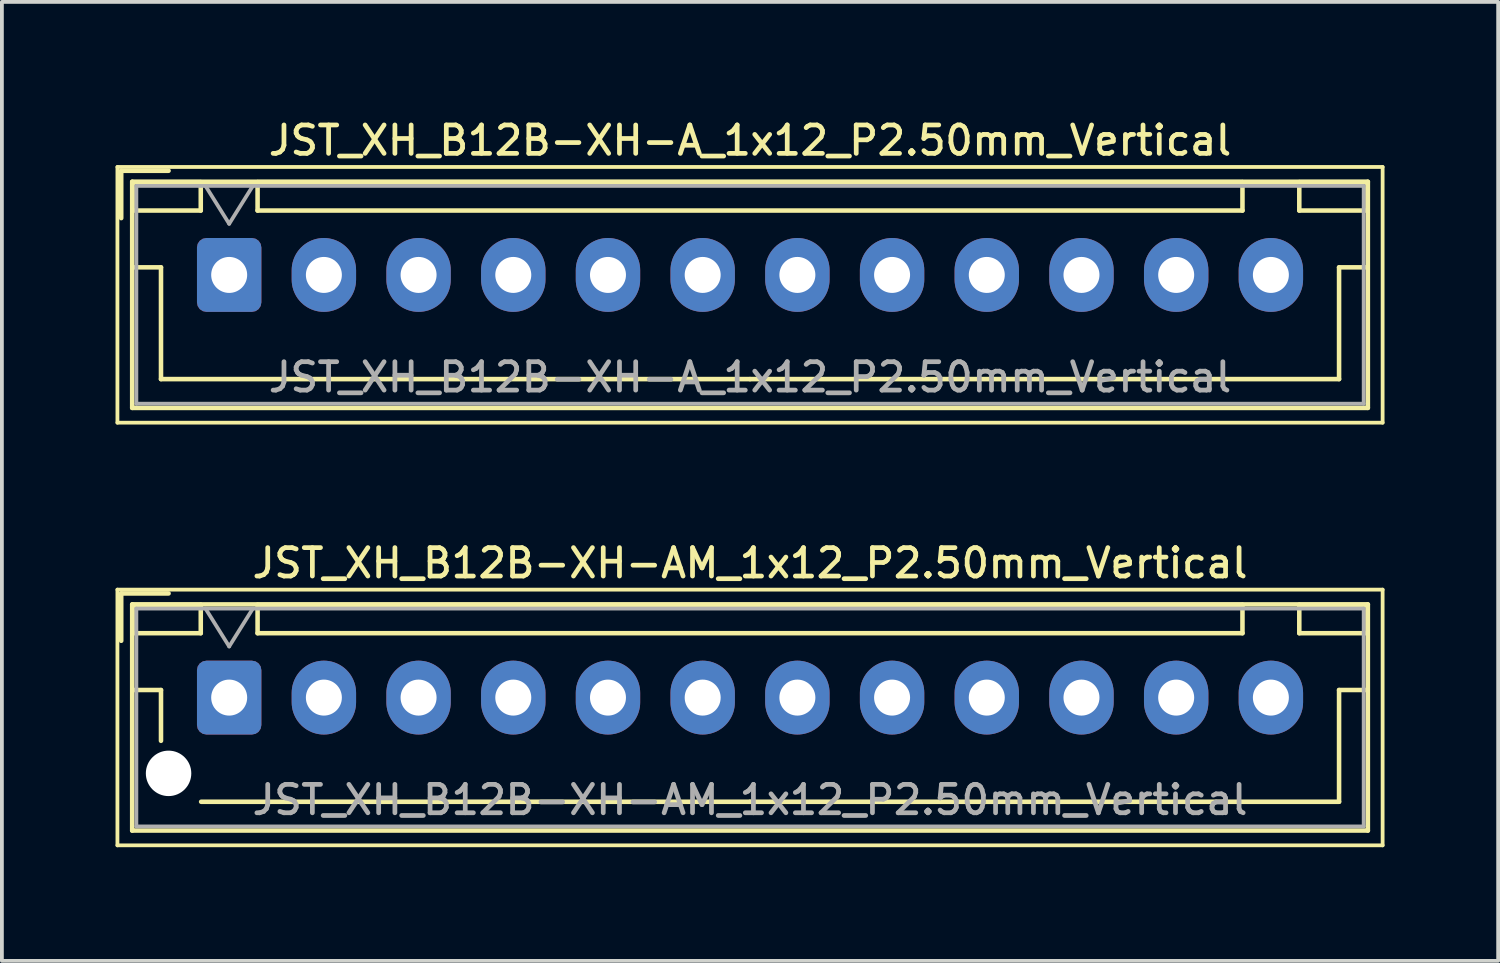
<source format=kicad_pcb>
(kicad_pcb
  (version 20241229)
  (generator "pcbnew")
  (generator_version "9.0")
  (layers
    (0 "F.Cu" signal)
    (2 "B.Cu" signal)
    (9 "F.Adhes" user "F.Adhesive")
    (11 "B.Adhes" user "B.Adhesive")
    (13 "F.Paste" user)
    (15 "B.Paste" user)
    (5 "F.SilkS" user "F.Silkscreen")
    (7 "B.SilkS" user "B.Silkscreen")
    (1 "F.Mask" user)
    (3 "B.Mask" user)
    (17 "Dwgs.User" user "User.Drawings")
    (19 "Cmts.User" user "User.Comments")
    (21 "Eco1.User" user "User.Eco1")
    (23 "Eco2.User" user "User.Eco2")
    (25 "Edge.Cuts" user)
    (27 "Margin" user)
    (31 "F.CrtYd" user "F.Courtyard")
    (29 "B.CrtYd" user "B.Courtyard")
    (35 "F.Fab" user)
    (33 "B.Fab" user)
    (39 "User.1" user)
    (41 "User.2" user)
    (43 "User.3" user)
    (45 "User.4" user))
  (footprint "JST_XH_B12B-XH-AM_1x12_P2.50mm_Vertical"
    (layer "F.Cu")
    (at 3 15.366)
    (property "Reference" "JST_XH_B12B-XH-AM_1x12_P2.50mm_Vertical" (at 13.75 -3.55 0) (layer "F.SilkS") (effects (font (size 0.75 0.75) (thickness 0.125))))
    (attr through_hole)
    (fp_line (start -2.95 -2.85) (end -2.95 3.9) (stroke (width 0.1) (type solid)) (layer "F.SilkS"))
    (fp_line (start -2.95 3.9) (end 30.45 3.9) (stroke (width 0.1) (type solid)) (layer "F.SilkS"))
    (fp_line (start -2.85 -2.75) (end -2.85 -1.5) (stroke (width 0.12) (type solid)) (layer "F.SilkS"))
    (fp_line (start -2.56 -2.46) (end -2.56 3.51) (stroke (width 0.12) (type solid)) (layer "F.SilkS"))
    (fp_line (start -2.56 3.51) (end 30.06 3.51) (stroke (width 0.12) (type solid)) (layer "F.SilkS"))
    (fp_line (start -2.55 -2.45) (end -2.55 -1.7) (stroke (width 0.12) (type solid)) (layer "F.SilkS"))
    (fp_line (start -2.55 -1.7) (end -0.75 -1.7) (stroke (width 0.12) (type solid)) (layer "F.SilkS"))
    (fp_line (start -2.55 -0.2) (end -1.8 -0.2) (stroke (width 0.12) (type solid)) (layer "F.SilkS"))
    (fp_line (start -1.8 -0.2) (end -1.8 1.14) (stroke (width 0.12) (type solid)) (layer "F.SilkS"))
    (fp_line (start -1.6 -2.75) (end -2.85 -2.75) (stroke (width 0.12) (type solid)) (layer "F.SilkS"))
    (fp_line (start -0.75 -2.45) (end -2.55 -2.45) (stroke (width 0.12) (type solid)) (layer "F.SilkS"))
    (fp_line (start -0.75 -1.7) (end -0.75 -2.45) (stroke (width 0.12) (type solid)) (layer "F.SilkS"))
    (fp_line (start 0.75 -2.45) (end 0.75 -1.7) (stroke (width 0.12) (type solid)) (layer "F.SilkS"))
    (fp_line (start 0.75 -1.7) (end 26.75 -1.7) (stroke (width 0.12) (type solid)) (layer "F.SilkS"))
    (fp_line (start 13.75 2.75) (end -0.74 2.75) (stroke (width 0.12) (type solid)) (layer "F.SilkS"))
    (fp_line (start 26.75 -2.45) (end 0.75 -2.45) (stroke (width 0.12) (type solid)) (layer "F.SilkS"))
    (fp_line (start 26.75 -1.7) (end 26.75 -2.45) (stroke (width 0.12) (type solid)) (layer "F.SilkS"))
    (fp_line (start 28.25 -2.45) (end 28.25 -1.7) (stroke (width 0.12) (type solid)) (layer "F.SilkS"))
    (fp_line (start 28.25 -1.7) (end 30.05 -1.7) (stroke (width 0.12) (type solid)) (layer "F.SilkS"))
    (fp_line (start 29.3 -0.2) (end 29.3 2.75) (stroke (width 0.12) (type solid)) (layer "F.SilkS"))
    (fp_line (start 29.3 2.75) (end 13.75 2.75) (stroke (width 0.12) (type solid)) (layer "F.SilkS"))
    (fp_line (start 30.05 -2.45) (end 28.25 -2.45) (stroke (width 0.12) (type solid)) (layer "F.SilkS"))
    (fp_line (start 30.05 -1.7) (end 30.05 -2.45) (stroke (width 0.12) (type solid)) (layer "F.SilkS"))
    (fp_line (start 30.05 -0.2) (end 29.3 -0.2) (stroke (width 0.12) (type solid)) (layer "F.SilkS"))
    (fp_line (start 30.06 -2.46) (end -2.56 -2.46) (stroke (width 0.12) (type solid)) (layer "F.SilkS"))
    (fp_line (start 30.06 3.51) (end 30.06 -2.46) (stroke (width 0.12) (type solid)) (layer "F.SilkS"))
    (fp_line (start 30.45 -2.85) (end -2.95 -2.85) (stroke (width 0.1) (type solid)) (layer "F.SilkS"))
    (fp_line (start 30.45 3.9) (end 30.45 -2.85) (stroke (width 0.1) (type solid)) (layer "F.SilkS"))
    (fp_line (start -2.45 -2.35) (end -2.45 3.4) (stroke (width 0.1) (type solid)) (layer "F.Fab"))
    (fp_line (start -2.45 3.4) (end 29.95 3.4) (stroke (width 0.1) (type solid)) (layer "F.Fab"))
    (fp_line (start -0.625 -2.35) (end 0 -1.35) (stroke (width 0.1) (type solid)) (layer "F.Fab"))
    (fp_line (start 0 -1.35) (end 0.625 -2.35) (stroke (width 0.1) (type solid)) (layer "F.Fab"))
    (fp_line (start 29.95 -2.35) (end -2.45 -2.35) (stroke (width 0.1) (type solid)) (layer "F.Fab"))
    (fp_line (start 29.95 3.4) (end 29.95 -2.35) (stroke (width 0.1) (type solid)) (layer "F.Fab"))
    (fp_text user "${REFERENCE}" (at 13.75 2.7 0) (layer "F.Fab") (effects (font (size 0.75 0.75) (thickness 0.125))))
    (pad "" np_thru_hole circle (at -1.6 2) (size 1.2 1.2) (drill 1.2) (layers "*.Cu" "*.Mask"))
    (pad "1" thru_hole roundrect (at 0 0) (size 1.7 1.95) (drill 0.95) (layers "*.Cu" "*.Mask") (roundrect_rratio 0.147))
    (pad "2" thru_hole oval (at 2.5 0) (size 1.7 1.95) (drill 0.95) (layers "*.Cu" "*.Mask"))
    (pad "3" thru_hole oval (at 5 0) (size 1.7 1.95) (drill 0.95) (layers "*.Cu" "*.Mask"))
    (pad "4" thru_hole oval (at 7.5 0) (size 1.7 1.95) (drill 0.95) (layers "*.Cu" "*.Mask"))
    (pad "5" thru_hole oval (at 10 0) (size 1.7 1.95) (drill 0.95) (layers "*.Cu" "*.Mask"))
    (pad "6" thru_hole oval (at 12.5 0) (size 1.7 1.95) (drill 0.95) (layers "*.Cu" "*.Mask"))
    (pad "7" thru_hole oval (at 15 0) (size 1.7 1.95) (drill 0.95) (layers "*.Cu" "*.Mask"))
    (pad "8" thru_hole oval (at 17.5 0) (size 1.7 1.95) (drill 0.95) (layers "*.Cu" "*.Mask"))
    (pad "9" thru_hole oval (at 20 0) (size 1.7 1.95) (drill 0.95) (layers "*.Cu" "*.Mask"))
    (pad "10" thru_hole oval (at 22.5 0) (size 1.7 1.95) (drill 0.95) (layers "*.Cu" "*.Mask"))
    (pad "11" thru_hole oval (at 25 0) (size 1.7 1.95) (drill 0.95) (layers "*.Cu" "*.Mask"))
    (pad "12" thru_hole oval (at 27.5 0) (size 1.7 1.95) (drill 0.95) (layers "*.Cu" "*.Mask")))
  (footprint "JST_XH_B12B-XH-A_1x12_P2.50mm_Vertical"
    (layer "F.Cu")
    (at 3 4.208)
    (property "Reference" "JST_XH_B12B-XH-A_1x12_P2.50mm_Vertical" (at 13.75 -3.55 0) (layer "F.SilkS") (effects (font (size 0.75 0.75) (thickness 0.125))))
    (attr through_hole)
    (fp_line (start -2.95 -2.85) (end -2.95 3.9) (stroke (width 0.1) (type solid)) (layer "F.SilkS"))
    (fp_line (start -2.95 3.9) (end 30.45 3.9) (stroke (width 0.1) (type solid)) (layer "F.SilkS"))
    (fp_line (start -2.85 -2.75) (end -2.85 -1.5) (stroke (width 0.12) (type solid)) (layer "F.SilkS"))
    (fp_line (start -2.56 -2.46) (end -2.56 3.51) (stroke (width 0.12) (type solid)) (layer "F.SilkS"))
    (fp_line (start -2.56 3.51) (end 30.06 3.51) (stroke (width 0.12) (type solid)) (layer "F.SilkS"))
    (fp_line (start -2.55 -2.45) (end -2.55 -1.7) (stroke (width 0.12) (type solid)) (layer "F.SilkS"))
    (fp_line (start -2.55 -1.7) (end -0.75 -1.7) (stroke (width 0.12) (type solid)) (layer "F.SilkS"))
    (fp_line (start -2.55 -0.2) (end -1.8 -0.2) (stroke (width 0.12) (type solid)) (layer "F.SilkS"))
    (fp_line (start -1.8 -0.2) (end -1.8 2.75) (stroke (width 0.12) (type solid)) (layer "F.SilkS"))
    (fp_line (start -1.8 2.75) (end 13.75 2.75) (stroke (width 0.12) (type solid)) (layer "F.SilkS"))
    (fp_line (start -1.6 -2.75) (end -2.85 -2.75) (stroke (width 0.12) (type solid)) (layer "F.SilkS"))
    (fp_line (start -0.75 -2.45) (end -2.55 -2.45) (stroke (width 0.12) (type solid)) (layer "F.SilkS"))
    (fp_line (start -0.75 -1.7) (end -0.75 -2.45) (stroke (width 0.12) (type solid)) (layer "F.SilkS"))
    (fp_line (start 0.75 -2.45) (end 0.75 -1.7) (stroke (width 0.12) (type solid)) (layer "F.SilkS"))
    (fp_line (start 0.75 -1.7) (end 26.75 -1.7) (stroke (width 0.12) (type solid)) (layer "F.SilkS"))
    (fp_line (start 26.75 -2.45) (end 0.75 -2.45) (stroke (width 0.12) (type solid)) (layer "F.SilkS"))
    (fp_line (start 26.75 -1.7) (end 26.75 -2.45) (stroke (width 0.12) (type solid)) (layer "F.SilkS"))
    (fp_line (start 28.25 -2.45) (end 28.25 -1.7) (stroke (width 0.12) (type solid)) (layer "F.SilkS"))
    (fp_line (start 28.25 -1.7) (end 30.05 -1.7) (stroke (width 0.12) (type solid)) (layer "F.SilkS"))
    (fp_line (start 29.3 -0.2) (end 29.3 2.75) (stroke (width 0.12) (type solid)) (layer "F.SilkS"))
    (fp_line (start 29.3 2.75) (end 13.75 2.75) (stroke (width 0.12) (type solid)) (layer "F.SilkS"))
    (fp_line (start 30.05 -2.45) (end 28.25 -2.45) (stroke (width 0.12) (type solid)) (layer "F.SilkS"))
    (fp_line (start 30.05 -1.7) (end 30.05 -2.45) (stroke (width 0.12) (type solid)) (layer "F.SilkS"))
    (fp_line (start 30.05 -0.2) (end 29.3 -0.2) (stroke (width 0.12) (type solid)) (layer "F.SilkS"))
    (fp_line (start 30.06 -2.46) (end -2.56 -2.46) (stroke (width 0.12) (type solid)) (layer "F.SilkS"))
    (fp_line (start 30.06 3.51) (end 30.06 -2.46) (stroke (width 0.12) (type solid)) (layer "F.SilkS"))
    (fp_line (start 30.45 -2.85) (end -2.95 -2.85) (stroke (width 0.1) (type solid)) (layer "F.SilkS"))
    (fp_line (start 30.45 3.9) (end 30.45 -2.85) (stroke (width 0.1) (type solid)) (layer "F.SilkS"))
    (fp_line (start -2.45 -2.35) (end -2.45 3.4) (stroke (width 0.1) (type solid)) (layer "F.Fab"))
    (fp_line (start -2.45 3.4) (end 29.95 3.4) (stroke (width 0.1) (type solid)) (layer "F.Fab"))
    (fp_line (start -0.625 -2.35) (end 0 -1.35) (stroke (width 0.1) (type solid)) (layer "F.Fab"))
    (fp_line (start 0 -1.35) (end 0.625 -2.35) (stroke (width 0.1) (type solid)) (layer "F.Fab"))
    (fp_line (start 29.95 -2.35) (end -2.45 -2.35) (stroke (width 0.1) (type solid)) (layer "F.Fab"))
    (fp_line (start 29.95 3.4) (end 29.95 -2.35) (stroke (width 0.1) (type solid)) (layer "F.Fab"))
    (fp_text user "${REFERENCE}" (at 13.75 2.7 0) (layer "F.Fab") (effects (font (size 0.75 0.75) (thickness 0.125))))
    (pad "1" thru_hole roundrect (at 0 0) (size 1.7 1.95) (drill 0.95) (layers "*.Cu" "*.Mask") (roundrect_rratio 0.147))
    (pad "2" thru_hole oval (at 2.5 0) (size 1.7 1.95) (drill 0.95) (layers "*.Cu" "*.Mask"))
    (pad "3" thru_hole oval (at 5 0) (size 1.7 1.95) (drill 0.95) (layers "*.Cu" "*.Mask"))
    (pad "4" thru_hole oval (at 7.5 0) (size 1.7 1.95) (drill 0.95) (layers "*.Cu" "*.Mask"))
    (pad "5" thru_hole oval (at 10 0) (size 1.7 1.95) (drill 0.95) (layers "*.Cu" "*.Mask"))
    (pad "6" thru_hole oval (at 12.5 0) (size 1.7 1.95) (drill 0.95) (layers "*.Cu" "*.Mask"))
    (pad "7" thru_hole oval (at 15 0) (size 1.7 1.95) (drill 0.95) (layers "*.Cu" "*.Mask"))
    (pad "8" thru_hole oval (at 17.5 0) (size 1.7 1.95) (drill 0.95) (layers "*.Cu" "*.Mask"))
    (pad "9" thru_hole oval (at 20 0) (size 1.7 1.95) (drill 0.95) (layers "*.Cu" "*.Mask"))
    (pad "10" thru_hole oval (at 22.5 0) (size 1.7 1.95) (drill 0.95) (layers "*.Cu" "*.Mask"))
    (pad "11" thru_hole oval (at 25 0) (size 1.7 1.95) (drill 0.95) (layers "*.Cu" "*.Mask"))
    (pad "12" thru_hole oval (at 27.5 0) (size 1.7 1.95) (drill 0.95) (layers "*.Cu" "*.Mask")))
  (gr_rect
    (start -3 -3)
    (end 36.5 22.316)
    (stroke (width 0.1) (type default))
    (fill no)
    (layer "Edge.Cuts")))
</source>
